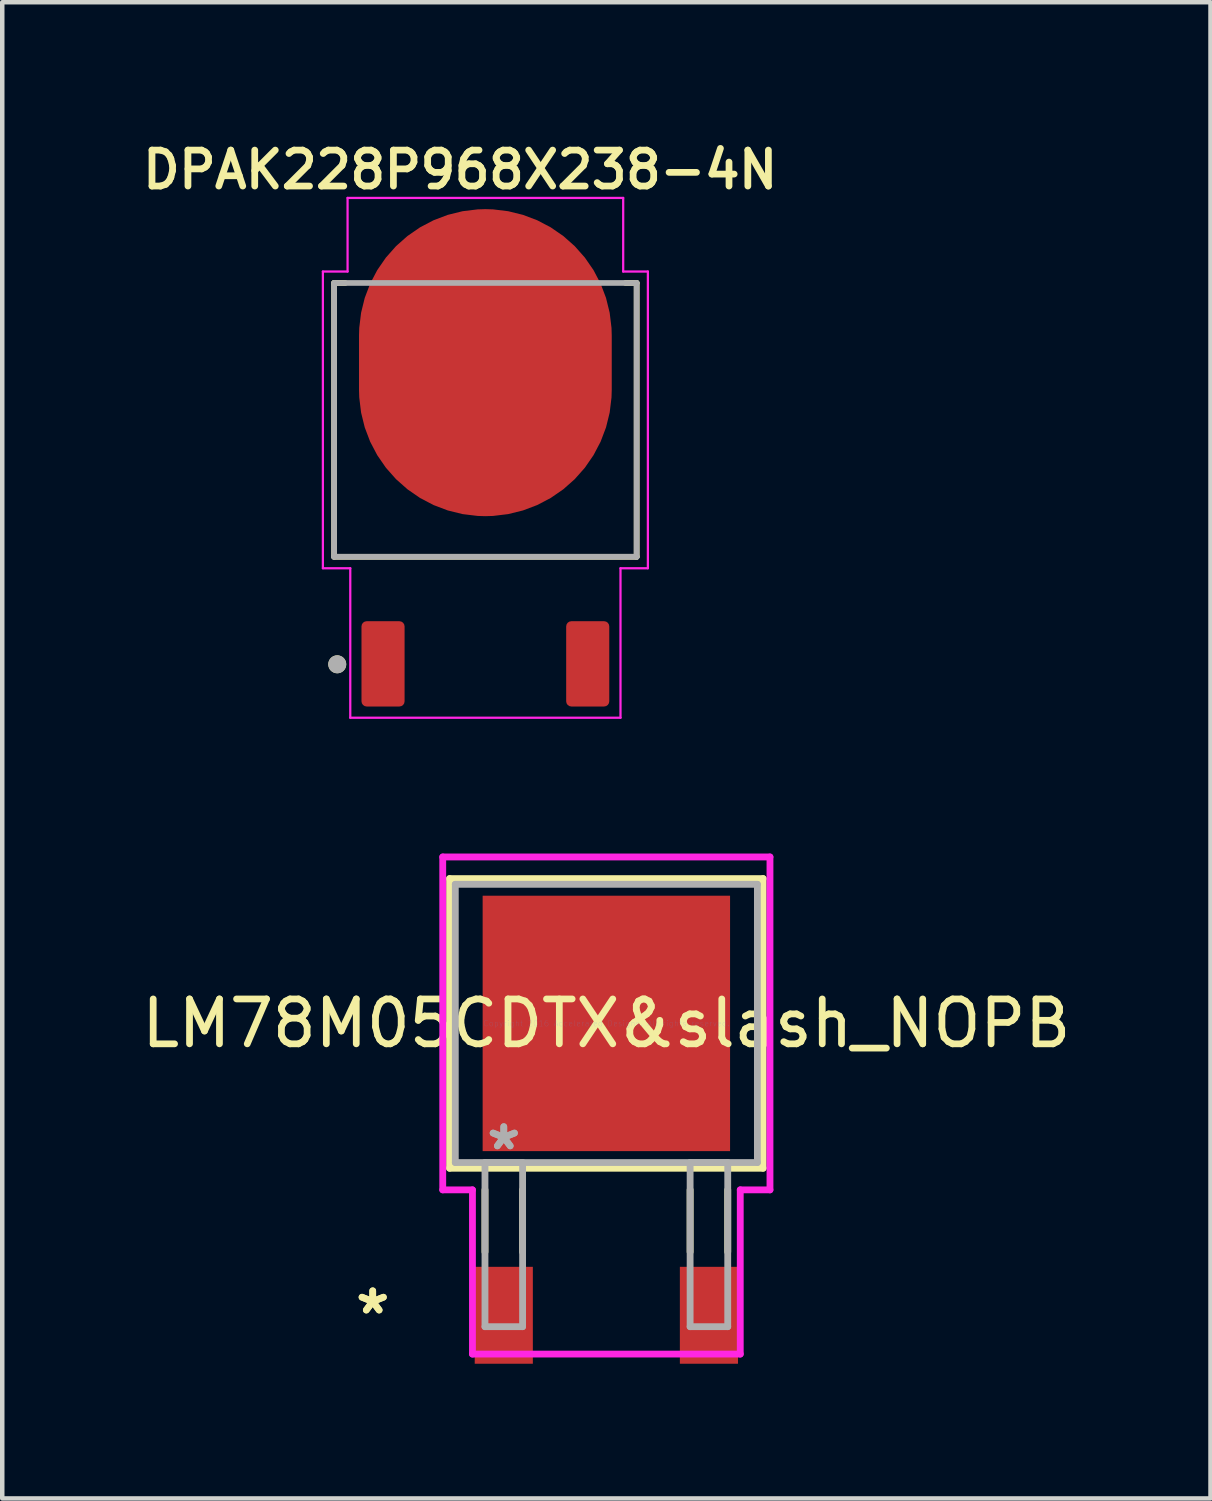
<source format=kicad_pcb>
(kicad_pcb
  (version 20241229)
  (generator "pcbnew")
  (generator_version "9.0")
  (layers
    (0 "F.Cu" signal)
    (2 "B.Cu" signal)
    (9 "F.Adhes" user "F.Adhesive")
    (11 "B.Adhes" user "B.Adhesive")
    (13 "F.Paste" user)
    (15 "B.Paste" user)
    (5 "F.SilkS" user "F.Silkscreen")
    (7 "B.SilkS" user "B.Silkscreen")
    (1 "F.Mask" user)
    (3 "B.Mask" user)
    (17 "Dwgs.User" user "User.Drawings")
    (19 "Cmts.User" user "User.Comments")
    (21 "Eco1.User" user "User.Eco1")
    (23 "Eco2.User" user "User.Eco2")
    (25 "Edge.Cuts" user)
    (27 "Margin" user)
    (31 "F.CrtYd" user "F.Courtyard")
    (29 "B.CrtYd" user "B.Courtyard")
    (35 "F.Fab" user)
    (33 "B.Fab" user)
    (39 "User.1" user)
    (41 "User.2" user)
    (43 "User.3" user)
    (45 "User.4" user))
  (footprint "DPAK228P968X238-4N"
    (layer "F.Cu")
    (at 7.763 7.149)
    (property "Reference" "DPAK228P968X238-4N" (at -0.561 -6.417 0) (layer "F.SilkS") (effects (font (size 0.801 0.801) (thickness 0.15))))
    (attr through_hole)
    (fp_line (start -3.37 -3.895) (end -3.37 2.205) (stroke (width 0.127) (type solid)) (layer "F.SilkS"))
    (fp_line (start -3.37 2.205) (end 3.37 2.205) (stroke (width 0.127) (type solid)) (layer "F.SilkS"))
    (fp_line (start -3.122 -3.895) (end -3.37 -3.895) (stroke (width 0.127) (type solid)) (layer "F.SilkS"))
    (fp_line (start 3.37 -3.895) (end 3.122 -3.895) (stroke (width 0.127) (type solid)) (layer "F.SilkS"))
    (fp_line (start 3.37 2.205) (end 3.37 -3.895) (stroke (width 0.127) (type solid)) (layer "F.SilkS"))
    (fp_circle (center -3.3 4.6) (end -3.2 4.6) (stroke (width 0.2) (type solid)) (fill no) (layer "F.SilkS"))
    (fp_poly (pts (xy -1.783 -4.283) (xy 1.78 -4.283) (xy 1.78 0.043) (xy -1.783 0.043)) (stroke (width 0.01) (type solid)) (fill yes) (layer "F.Paste"))
    (fp_line (start -3.62 -4.15) (end -3.07 -4.15) (stroke (width 0.05) (type solid)) (layer "F.CrtYd"))
    (fp_line (start -3.62 2.46) (end -3.62 -4.15) (stroke (width 0.05) (type solid)) (layer "F.CrtYd"))
    (fp_line (start -3.07 -5.79) (end 3.07 -5.79) (stroke (width 0.05) (type solid)) (layer "F.CrtYd"))
    (fp_line (start -3.07 -4.15) (end -3.07 -5.79) (stroke (width 0.05) (type solid)) (layer "F.CrtYd"))
    (fp_line (start -3.01 2.46) (end -3.62 2.46) (stroke (width 0.05) (type solid)) (layer "F.CrtYd"))
    (fp_line (start -3.01 5.79) (end -3.01 2.46) (stroke (width 0.05) (type solid)) (layer "F.CrtYd"))
    (fp_line (start 3.01 2.46) (end 3.01 5.79) (stroke (width 0.05) (type solid)) (layer "F.CrtYd"))
    (fp_line (start 3.01 5.79) (end -3.01 5.79) (stroke (width 0.05) (type solid)) (layer "F.CrtYd"))
    (fp_line (start 3.07 -5.79) (end 3.07 -4.15) (stroke (width 0.05) (type solid)) (layer "F.CrtYd"))
    (fp_line (start 3.07 -4.15) (end 3.62 -4.15) (stroke (width 0.05) (type solid)) (layer "F.CrtYd"))
    (fp_line (start 3.62 -4.15) (end 3.62 2.46) (stroke (width 0.05) (type solid)) (layer "F.CrtYd"))
    (fp_line (start 3.62 2.46) (end 3.01 2.46) (stroke (width 0.05) (type solid)) (layer "F.CrtYd"))
    (fp_line (start -3.37 -3.895) (end 3.37 -3.895) (stroke (width 0.127) (type solid)) (layer "F.Fab"))
    (fp_line (start -3.37 2.205) (end -3.37 -3.895) (stroke (width 0.127) (type solid)) (layer "F.Fab"))
    (fp_line (start 3.37 -3.895) (end 3.37 2.205) (stroke (width 0.127) (type solid)) (layer "F.Fab"))
    (fp_line (start 3.37 2.205) (end -3.37 2.205) (stroke (width 0.127) (type solid)) (layer "F.Fab"))
    (fp_circle (center -3.3 4.6) (end -3.2 4.6) (stroke (width 0.2) (type solid)) (fill no) (layer "F.Fab"))
    (pad "1" smd roundrect (at -2.28 4.59) (size 0.96 1.9) (layers "F.Cu" "F.Mask" "F.Paste") (roundrect_rratio 0.12))
    (pad "2" smd roundrect (at 2.28 4.59) (size 0.96 1.9) (layers "F.Cu" "F.Mask" "F.Paste") (roundrect_rratio 0.12))
    (pad "3" smd roundrect (at 0 -2.12) (size 5.63 6.84) (layers "F.Cu" "F.Mask") (roundrect_rratio 0.5)))
  (footprint "LM78M05CDTX&slash_NOPB"
    (layer "F.Cu")
    (at 10.458 19.749)
    (property "Reference" "LM78M05CDTX&slash_NOPB" (at 0 0 0) (layer "F.SilkS") (effects (font (size 1 1) (thickness 0.15))))
    (attr through_hole)
    (fp_line (start -3.493 -3.226) (end -3.493 3.226) (stroke (width 0.152) (type solid)) (layer "F.SilkS"))
    (fp_line (start -3.493 3.226) (end 3.493 3.226) (stroke (width 0.152) (type solid)) (layer "F.SilkS"))
    (fp_line (start -2.704 3.708) (end -2.704 5.09) (stroke (width 0.152) (type solid)) (layer "F.SilkS"))
    (fp_line (start -1.866 3.708) (end -1.866 5.09) (stroke (width 0.152) (type solid)) (layer "F.SilkS"))
    (fp_line (start 1.866 3.708) (end 1.866 5.09) (stroke (width 0.152) (type solid)) (layer "F.SilkS"))
    (fp_line (start 2.704 3.708) (end 2.704 5.09) (stroke (width 0.152) (type solid)) (layer "F.SilkS"))
    (fp_line (start 3.493 -3.226) (end -3.493 -3.226) (stroke (width 0.152) (type solid)) (layer "F.SilkS"))
    (fp_line (start 3.493 3.226) (end 3.493 -3.226) (stroke (width 0.152) (type solid)) (layer "F.SilkS"))
    (fp_line (start -3.645 -3.708) (end 3.645 -3.708) (stroke (width 0.152) (type solid)) (layer "F.CrtYd"))
    (fp_line (start -3.645 3.708) (end -3.645 -3.708) (stroke (width 0.152) (type solid)) (layer "F.CrtYd"))
    (fp_line (start -2.983 3.708) (end -3.645 3.708) (stroke (width 0.152) (type solid)) (layer "F.CrtYd"))
    (fp_line (start -2.983 7.366) (end -2.983 3.708) (stroke (width 0.152) (type solid)) (layer "F.CrtYd"))
    (fp_line (start 2.983 3.708) (end 2.983 7.366) (stroke (width 0.152) (type solid)) (layer "F.CrtYd"))
    (fp_line (start 2.983 7.366) (end -2.983 7.366) (stroke (width 0.152) (type solid)) (layer "F.CrtYd"))
    (fp_line (start 3.645 -3.708) (end 3.645 3.708) (stroke (width 0.152) (type solid)) (layer "F.CrtYd"))
    (fp_line (start 3.645 3.708) (end 2.983 3.708) (stroke (width 0.152) (type solid)) (layer "F.CrtYd"))
    (fp_line (start -3.365 -3.099) (end -3.365 3.099) (stroke (width 0.152) (type solid)) (layer "F.Fab"))
    (fp_line (start -3.365 3.099) (end 3.365 3.099) (stroke (width 0.152) (type solid)) (layer "F.Fab"))
    (fp_line (start -2.704 3.099) (end -2.704 6.756) (stroke (width 0.152) (type solid)) (layer "F.Fab"))
    (fp_line (start -2.704 6.756) (end -1.866 6.756) (stroke (width 0.152) (type solid)) (layer "F.Fab"))
    (fp_line (start -1.866 3.099) (end -2.704 3.099) (stroke (width 0.152) (type solid)) (layer "F.Fab"))
    (fp_line (start -1.866 6.756) (end -1.866 3.099) (stroke (width 0.152) (type solid)) (layer "F.Fab"))
    (fp_line (start 1.866 3.099) (end 1.866 6.756) (stroke (width 0.152) (type solid)) (layer "F.Fab"))
    (fp_line (start 1.866 6.756) (end 2.704 6.756) (stroke (width 0.152) (type solid)) (layer "F.Fab"))
    (fp_line (start 2.704 3.099) (end 1.866 3.099) (stroke (width 0.152) (type solid)) (layer "F.Fab"))
    (fp_line (start 2.704 6.756) (end 2.704 3.099) (stroke (width 0.152) (type solid)) (layer "F.Fab"))
    (fp_line (start 3.365 -3.099) (end -3.365 -3.099) (stroke (width 0.152) (type solid)) (layer "F.Fab"))
    (fp_line (start 3.365 3.099) (end 3.365 -3.099) (stroke (width 0.152) (type solid)) (layer "F.Fab"))
    (fp_text user "*" (at -5.205 6.502 0) (layer "F.SilkS") (effects (font (size 1 1) (thickness 0.15))))
    (fp_text user "*" (at -5.205 6.502 0) (layer "F.SilkS") (effects (font (size 1 1) (thickness 0.15))))
    (fp_text user "Copyright 2016 Accelerated Designs. All rights reserved." (at 0 0 0) (layer "Cmts.User") (effects (font (size 0.127 0.127) (thickness 0.002))))
    (fp_text user "*" (at -2.285 2.845 0) (layer "F.Fab") (effects (font (size 1 1) (thickness 0.15))))
    (fp_text user "*" (at -2.285 2.845 0) (layer "F.Fab") (effects (font (size 1 1) (thickness 0.15))))
    (pad "1" smd rect (at -2.285 6.502) (size 1.295 2.159) (layers "F.Cu" "F.Mask" "F.Paste"))
    (pad "2" smd rect (at 0 0) (size 5.512 5.69) (layers "F.Cu" "F.Mask" "F.Paste"))
    (pad "3" smd rect (at 2.285 6.502) (size 1.295 2.159) (layers "F.Cu" "F.Mask" "F.Paste")))
  (gr_rect
    (start -3 -3)
    (end 23.917 30.331)
    (stroke (width 0.1) (type default))
    (fill no)
    (layer "Edge.Cuts")))
</source>
